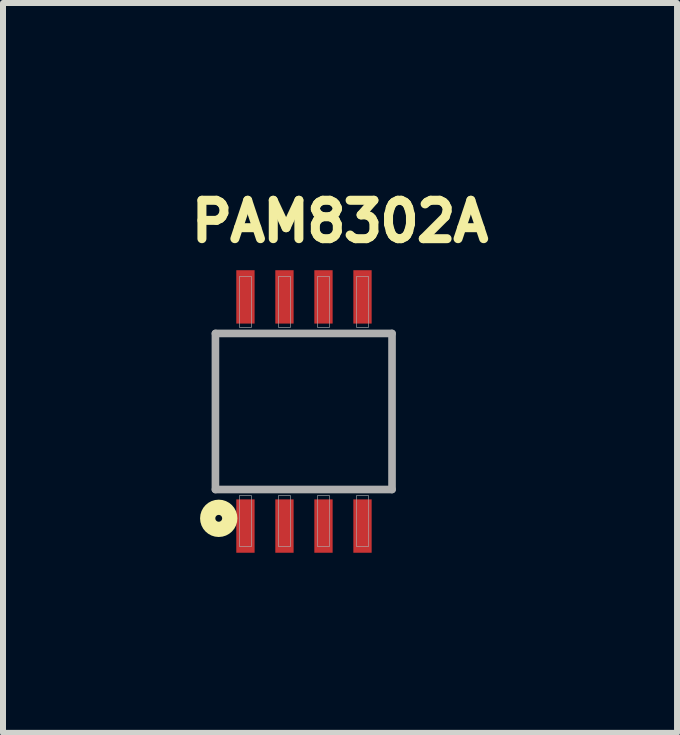
<source format=kicad_pcb>
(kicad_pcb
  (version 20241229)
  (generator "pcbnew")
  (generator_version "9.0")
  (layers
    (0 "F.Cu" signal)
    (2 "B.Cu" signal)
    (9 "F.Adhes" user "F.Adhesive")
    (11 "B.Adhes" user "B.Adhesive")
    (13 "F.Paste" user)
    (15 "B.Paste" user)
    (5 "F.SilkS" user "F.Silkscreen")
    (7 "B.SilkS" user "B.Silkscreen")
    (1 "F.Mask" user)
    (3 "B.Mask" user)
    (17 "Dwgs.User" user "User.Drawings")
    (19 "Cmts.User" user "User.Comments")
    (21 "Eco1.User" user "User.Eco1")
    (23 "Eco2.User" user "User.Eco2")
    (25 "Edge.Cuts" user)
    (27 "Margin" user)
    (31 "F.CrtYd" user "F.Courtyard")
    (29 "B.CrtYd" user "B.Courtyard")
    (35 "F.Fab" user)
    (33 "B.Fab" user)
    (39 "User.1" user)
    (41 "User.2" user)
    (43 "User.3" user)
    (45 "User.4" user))
  (footprint "PAM8302A"
    (layer "F.Cu")
    (at 2.339 4.305)
    (property "Reference" "PAM8302A" (at 0.276 -3.667 0) (layer "F.SilkS") (effects (font (size 0.64 0.64) (thickness 0.15))))
    (attr smd)
    (fp_circle (center -1.745 1.28) (end -1.688 1.28) (stroke (width 0.254) (type solid)) (fill no) (layer "F.SilkS"))
    (fp_line (start -1.8 -1.8) (end -1.8 0.8) (stroke (width 0.127) (type solid)) (layer "F.Fab"))
    (fp_line (start -1.8 0.8) (end 1.142 0.8) (stroke (width 0.127) (type solid)) (layer "F.Fab"))
    (fp_line (start 1.142 -1.8) (end -1.8 -1.8) (stroke (width 0.127) (type solid)) (layer "F.Fab"))
    (fp_line (start 1.142 0.8) (end 1.142 -1.8) (stroke (width 0.127) (type solid)) (layer "F.Fab"))
    (fp_poly (pts (xy -1.4 -2.75) (xy -1.2 -2.75) (xy -1.2 -1.9) (xy -1.4 -1.9)) (stroke (width 0.01) (type solid)) (fill no) (layer "F.Fab"))
    (fp_poly (pts (xy -1.4 0.9) (xy -1.2 0.9) (xy -1.2 1.75) (xy -1.4 1.75)) (stroke (width 0.01) (type solid)) (fill no) (layer "F.Fab"))
    (fp_poly (pts (xy -0.75 -2.75) (xy -0.55 -2.75) (xy -0.55 -1.9) (xy -0.75 -1.9)) (stroke (width 0.01) (type solid)) (fill no) (layer "F.Fab"))
    (fp_poly (pts (xy -0.75 0.9) (xy -0.55 0.9) (xy -0.55 1.75) (xy -0.75 1.75)) (stroke (width 0.01) (type solid)) (fill no) (layer "F.Fab"))
    (fp_poly (pts (xy -0.1 -2.75) (xy 0.1 -2.75) (xy 0.1 -1.9) (xy -0.1 -1.9)) (stroke (width 0.01) (type solid)) (fill no) (layer "F.Fab"))
    (fp_poly (pts (xy -0.1 0.9) (xy 0.1 0.9) (xy 0.1 1.75) (xy -0.1 1.75)) (stroke (width 0.01) (type solid)) (fill no) (layer "F.Fab"))
    (fp_poly (pts (xy 0.55 -2.75) (xy 0.75 -2.75) (xy 0.75 -1.9) (xy 0.55 -1.9)) (stroke (width 0.01) (type solid)) (fill no) (layer "F.Fab"))
    (fp_poly (pts (xy 0.55 0.9) (xy 0.75 0.9) (xy 0.75 1.75) (xy 0.55 1.75)) (stroke (width 0.01) (type solid)) (fill no) (layer "F.Fab"))
    (pad "1" smd rect (at -1.3 1.409) (size 0.305 0.889) (layers "F.Cu" "F.Mask" "F.Paste"))
    (pad "2" smd rect (at -0.65 1.409) (size 0.305 0.889) (layers "F.Cu" "F.Mask" "F.Paste"))
    (pad "3" smd rect (at 0 1.409) (size 0.305 0.889) (layers "F.Cu" "F.Mask" "F.Paste"))
    (pad "4" smd rect (at 0.65 1.409) (size 0.305 0.889) (layers "F.Cu" "F.Mask" "F.Paste"))
    (pad "5" smd rect (at 0.65 -2.409) (size 0.305 0.889) (layers "F.Cu" "F.Mask" "F.Paste"))
    (pad "6" smd rect (at 0 -2.409) (size 0.305 0.889) (layers "F.Cu" "F.Mask" "F.Paste"))
    (pad "7" smd rect (at -0.65 -2.409) (size 0.305 0.889) (layers "F.Cu" "F.Mask" "F.Paste"))
    (pad "8" smd rect (at -1.3 -2.409) (size 0.305 0.889) (layers "F.Cu" "F.Mask" "F.Paste")))
  (gr_rect
    (start -3 -3)
    (end 8.229 9.159)
    (stroke (width 0.1) (type default))
    (fill no)
    (layer "Edge.Cuts")))
</source>
